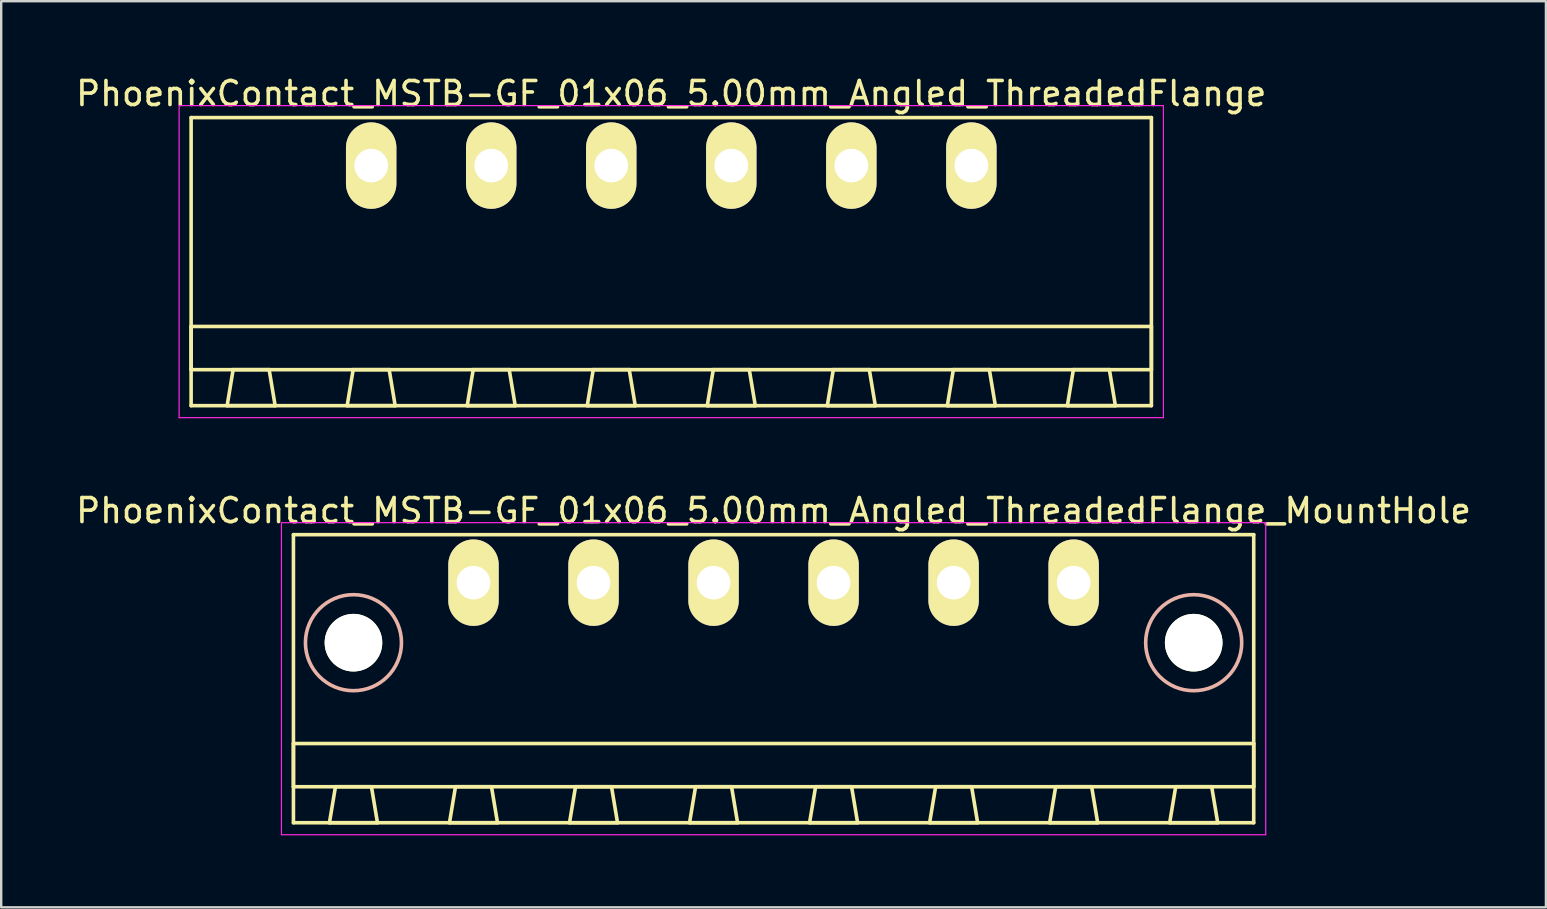
<source format=kicad_pcb>
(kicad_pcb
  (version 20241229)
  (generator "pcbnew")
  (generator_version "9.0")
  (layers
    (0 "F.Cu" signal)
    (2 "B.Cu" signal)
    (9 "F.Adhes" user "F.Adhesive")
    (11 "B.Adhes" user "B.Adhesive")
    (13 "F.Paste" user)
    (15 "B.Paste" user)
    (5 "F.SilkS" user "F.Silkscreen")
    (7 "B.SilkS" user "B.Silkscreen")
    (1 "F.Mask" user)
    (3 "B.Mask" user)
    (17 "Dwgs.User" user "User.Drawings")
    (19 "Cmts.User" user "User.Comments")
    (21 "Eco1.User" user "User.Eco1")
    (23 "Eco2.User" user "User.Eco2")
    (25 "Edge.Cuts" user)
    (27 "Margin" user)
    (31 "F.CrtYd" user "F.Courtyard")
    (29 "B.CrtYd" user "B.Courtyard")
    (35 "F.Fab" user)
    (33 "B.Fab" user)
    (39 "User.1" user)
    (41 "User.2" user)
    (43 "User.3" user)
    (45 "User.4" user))
  (footprint "PhoenixContact_MSTB-GF_01x06_5.00mm_Angled_ThreadedFlange_MountHole"
    (layer "F.Cu")
    (at 16.673 21.221)
    (property "Reference" "PhoenixContact_MSTB-GF_01x06_5.00mm_Angled_ThreadedFlange_MountHole" (at 12.5 -3 0) (layer "F.SilkS") (effects (font (size 1 1) (thickness 0.15))))
    (attr through_hole)
    (fp_line (start -7.5 -2) (end -7.5 10) (stroke (width 0.15) (type solid)) (layer "F.SilkS"))
    (fp_line (start -7.5 6.7) (end 32.5 6.7) (stroke (width 0.15) (type solid)) (layer "F.SilkS"))
    (fp_line (start -7.5 8.5) (end -7.5 6.7) (stroke (width 0.15) (type solid)) (layer "F.SilkS"))
    (fp_line (start -7.5 10) (end 32.5 10) (stroke (width 0.15) (type solid)) (layer "F.SilkS"))
    (fp_line (start -6 10) (end -4 10) (stroke (width 0.15) (type solid)) (layer "F.SilkS"))
    (fp_line (start -5.75 8.5) (end -6 10) (stroke (width 0.15) (type solid)) (layer "F.SilkS"))
    (fp_line (start -4.25 8.5) (end -5.75 8.5) (stroke (width 0.15) (type solid)) (layer "F.SilkS"))
    (fp_line (start -4 10) (end -4.25 8.5) (stroke (width 0.15) (type solid)) (layer "F.SilkS"))
    (fp_line (start -1 10) (end 1 10) (stroke (width 0.15) (type solid)) (layer "F.SilkS"))
    (fp_line (start -0.75 8.5) (end -1 10) (stroke (width 0.15) (type solid)) (layer "F.SilkS"))
    (fp_line (start 0.75 8.5) (end -0.75 8.5) (stroke (width 0.15) (type solid)) (layer "F.SilkS"))
    (fp_line (start 1 10) (end 0.75 8.5) (stroke (width 0.15) (type solid)) (layer "F.SilkS"))
    (fp_line (start 4 10) (end 6 10) (stroke (width 0.15) (type solid)) (layer "F.SilkS"))
    (fp_line (start 4.25 8.5) (end 4 10) (stroke (width 0.15) (type solid)) (layer "F.SilkS"))
    (fp_line (start 5.75 8.5) (end 4.25 8.5) (stroke (width 0.15) (type solid)) (layer "F.SilkS"))
    (fp_line (start 6 10) (end 5.75 8.5) (stroke (width 0.15) (type solid)) (layer "F.SilkS"))
    (fp_line (start 9 10) (end 11 10) (stroke (width 0.15) (type solid)) (layer "F.SilkS"))
    (fp_line (start 9.25 8.5) (end 9 10) (stroke (width 0.15) (type solid)) (layer "F.SilkS"))
    (fp_line (start 10.75 8.5) (end 9.25 8.5) (stroke (width 0.15) (type solid)) (layer "F.SilkS"))
    (fp_line (start 11 10) (end 10.75 8.5) (stroke (width 0.15) (type solid)) (layer "F.SilkS"))
    (fp_line (start 14 10) (end 16 10) (stroke (width 0.15) (type solid)) (layer "F.SilkS"))
    (fp_line (start 14.25 8.5) (end 14 10) (stroke (width 0.15) (type solid)) (layer "F.SilkS"))
    (fp_line (start 15.75 8.5) (end 14.25 8.5) (stroke (width 0.15) (type solid)) (layer "F.SilkS"))
    (fp_line (start 16 10) (end 15.75 8.5) (stroke (width 0.15) (type solid)) (layer "F.SilkS"))
    (fp_line (start 19 10) (end 21 10) (stroke (width 0.15) (type solid)) (layer "F.SilkS"))
    (fp_line (start 19.25 8.5) (end 19 10) (stroke (width 0.15) (type solid)) (layer "F.SilkS"))
    (fp_line (start 20.75 8.5) (end 19.25 8.5) (stroke (width 0.15) (type solid)) (layer "F.SilkS"))
    (fp_line (start 21 10) (end 20.75 8.5) (stroke (width 0.15) (type solid)) (layer "F.SilkS"))
    (fp_line (start 24 10) (end 26 10) (stroke (width 0.15) (type solid)) (layer "F.SilkS"))
    (fp_line (start 24.25 8.5) (end 24 10) (stroke (width 0.15) (type solid)) (layer "F.SilkS"))
    (fp_line (start 25.75 8.5) (end 24.25 8.5) (stroke (width 0.15) (type solid)) (layer "F.SilkS"))
    (fp_line (start 26 10) (end 25.75 8.5) (stroke (width 0.15) (type solid)) (layer "F.SilkS"))
    (fp_line (start 29 10) (end 31 10) (stroke (width 0.15) (type solid)) (layer "F.SilkS"))
    (fp_line (start 29.25 8.5) (end 29 10) (stroke (width 0.15) (type solid)) (layer "F.SilkS"))
    (fp_line (start 30.75 8.5) (end 29.25 8.5) (stroke (width 0.15) (type solid)) (layer "F.SilkS"))
    (fp_line (start 31 10) (end 30.75 8.5) (stroke (width 0.15) (type solid)) (layer "F.SilkS"))
    (fp_line (start 32.5 -2) (end -7.5 -2) (stroke (width 0.15) (type solid)) (layer "F.SilkS"))
    (fp_line (start 32.5 6.7) (end 32.5 8.5) (stroke (width 0.15) (type solid)) (layer "F.SilkS"))
    (fp_line (start 32.5 8.5) (end -7.5 8.5) (stroke (width 0.15) (type solid)) (layer "F.SilkS"))
    (fp_line (start 32.5 10) (end 32.5 -2) (stroke (width 0.15) (type solid)) (layer "F.SilkS"))
    (fp_circle (center -5 2.5) (end -3 2.5) (stroke (width 0.15) (type solid)) (fill no) (layer "B.SilkS"))
    (fp_circle (center 30 2.5) (end 32 2.5) (stroke (width 0.15) (type solid)) (fill no) (layer "B.SilkS"))
    (fp_line (start -8 -2.5) (end -8 10.5) (stroke (width 0.05) (type solid)) (layer "F.CrtYd"))
    (fp_line (start -8 10.5) (end 33 10.5) (stroke (width 0.05) (type solid)) (layer "F.CrtYd"))
    (fp_line (start 33 -2.5) (end -8 -2.5) (stroke (width 0.05) (type solid)) (layer "F.CrtYd"))
    (fp_line (start 33 10.5) (end 33 -2.5) (stroke (width 0.05) (type solid)) (layer "F.CrtYd"))
    (pad "" np_thru_hole circle (at -5 2.5) (size 2.4 2.4) (drill 2.4) (layers "*.Cu" "*.Mask" "F.SilkS"))
    (pad "" np_thru_hole circle (at 30 2.5) (size 2.4 2.4) (drill 2.4) (layers "*.Cu" "*.Mask" "F.SilkS"))
    (pad "1" thru_hole oval (at 0 0) (size 2.1 3.6) (drill 1.4) (layers "*.Cu" "*.Mask" "F.SilkS"))
    (pad "2" thru_hole oval (at 5 0) (size 2.1 3.6) (drill 1.4) (layers "*.Cu" "*.Mask" "F.SilkS"))
    (pad "3" thru_hole oval (at 10 0) (size 2.1 3.6) (drill 1.4) (layers "*.Cu" "*.Mask" "F.SilkS"))
    (pad "4" thru_hole oval (at 15 0) (size 2.1 3.6) (drill 1.4) (layers "*.Cu" "*.Mask" "F.SilkS"))
    (pad "5" thru_hole oval (at 20 0) (size 2.1 3.6) (drill 1.4) (layers "*.Cu" "*.Mask" "F.SilkS"))
    (pad "6" thru_hole oval (at 25 0) (size 2.1 3.6) (drill 1.4) (layers "*.Cu" "*.Mask" "F.SilkS")))
  (footprint "PhoenixContact_MSTB-GF_01x06_5.00mm_Angled_ThreadedFlange"
    (layer "F.Cu")
    (at 12.411 3.848)
    (property "Reference" "PhoenixContact_MSTB-GF_01x06_5.00mm_Angled_ThreadedFlange" (at 12.5 -3 0) (layer "F.SilkS") (effects (font (size 1 1) (thickness 0.15))))
    (attr through_hole)
    (fp_line (start -7.5 -2) (end -7.5 10) (stroke (width 0.15) (type solid)) (layer "F.SilkS"))
    (fp_line (start -7.5 6.7) (end 32.5 6.7) (stroke (width 0.15) (type solid)) (layer "F.SilkS"))
    (fp_line (start -7.5 8.5) (end -7.5 6.7) (stroke (width 0.15) (type solid)) (layer "F.SilkS"))
    (fp_line (start -7.5 10) (end 32.5 10) (stroke (width 0.15) (type solid)) (layer "F.SilkS"))
    (fp_line (start -6 10) (end -4 10) (stroke (width 0.15) (type solid)) (layer "F.SilkS"))
    (fp_line (start -5.75 8.5) (end -6 10) (stroke (width 0.15) (type solid)) (layer "F.SilkS"))
    (fp_line (start -4.25 8.5) (end -5.75 8.5) (stroke (width 0.15) (type solid)) (layer "F.SilkS"))
    (fp_line (start -4 10) (end -4.25 8.5) (stroke (width 0.15) (type solid)) (layer "F.SilkS"))
    (fp_line (start -1 10) (end 1 10) (stroke (width 0.15) (type solid)) (layer "F.SilkS"))
    (fp_line (start -0.75 8.5) (end -1 10) (stroke (width 0.15) (type solid)) (layer "F.SilkS"))
    (fp_line (start 0.75 8.5) (end -0.75 8.5) (stroke (width 0.15) (type solid)) (layer "F.SilkS"))
    (fp_line (start 1 10) (end 0.75 8.5) (stroke (width 0.15) (type solid)) (layer "F.SilkS"))
    (fp_line (start 4 10) (end 6 10) (stroke (width 0.15) (type solid)) (layer "F.SilkS"))
    (fp_line (start 4.25 8.5) (end 4 10) (stroke (width 0.15) (type solid)) (layer "F.SilkS"))
    (fp_line (start 5.75 8.5) (end 4.25 8.5) (stroke (width 0.15) (type solid)) (layer "F.SilkS"))
    (fp_line (start 6 10) (end 5.75 8.5) (stroke (width 0.15) (type solid)) (layer "F.SilkS"))
    (fp_line (start 9 10) (end 11 10) (stroke (width 0.15) (type solid)) (layer "F.SilkS"))
    (fp_line (start 9.25 8.5) (end 9 10) (stroke (width 0.15) (type solid)) (layer "F.SilkS"))
    (fp_line (start 10.75 8.5) (end 9.25 8.5) (stroke (width 0.15) (type solid)) (layer "F.SilkS"))
    (fp_line (start 11 10) (end 10.75 8.5) (stroke (width 0.15) (type solid)) (layer "F.SilkS"))
    (fp_line (start 14 10) (end 16 10) (stroke (width 0.15) (type solid)) (layer "F.SilkS"))
    (fp_line (start 14.25 8.5) (end 14 10) (stroke (width 0.15) (type solid)) (layer "F.SilkS"))
    (fp_line (start 15.75 8.5) (end 14.25 8.5) (stroke (width 0.15) (type solid)) (layer "F.SilkS"))
    (fp_line (start 16 10) (end 15.75 8.5) (stroke (width 0.15) (type solid)) (layer "F.SilkS"))
    (fp_line (start 19 10) (end 21 10) (stroke (width 0.15) (type solid)) (layer "F.SilkS"))
    (fp_line (start 19.25 8.5) (end 19 10) (stroke (width 0.15) (type solid)) (layer "F.SilkS"))
    (fp_line (start 20.75 8.5) (end 19.25 8.5) (stroke (width 0.15) (type solid)) (layer "F.SilkS"))
    (fp_line (start 21 10) (end 20.75 8.5) (stroke (width 0.15) (type solid)) (layer "F.SilkS"))
    (fp_line (start 24 10) (end 26 10) (stroke (width 0.15) (type solid)) (layer "F.SilkS"))
    (fp_line (start 24.25 8.5) (end 24 10) (stroke (width 0.15) (type solid)) (layer "F.SilkS"))
    (fp_line (start 25.75 8.5) (end 24.25 8.5) (stroke (width 0.15) (type solid)) (layer "F.SilkS"))
    (fp_line (start 26 10) (end 25.75 8.5) (stroke (width 0.15) (type solid)) (layer "F.SilkS"))
    (fp_line (start 29 10) (end 31 10) (stroke (width 0.15) (type solid)) (layer "F.SilkS"))
    (fp_line (start 29.25 8.5) (end 29 10) (stroke (width 0.15) (type solid)) (layer "F.SilkS"))
    (fp_line (start 30.75 8.5) (end 29.25 8.5) (stroke (width 0.15) (type solid)) (layer "F.SilkS"))
    (fp_line (start 31 10) (end 30.75 8.5) (stroke (width 0.15) (type solid)) (layer "F.SilkS"))
    (fp_line (start 32.5 -2) (end -7.5 -2) (stroke (width 0.15) (type solid)) (layer "F.SilkS"))
    (fp_line (start 32.5 6.7) (end 32.5 8.5) (stroke (width 0.15) (type solid)) (layer "F.SilkS"))
    (fp_line (start 32.5 8.5) (end -7.5 8.5) (stroke (width 0.15) (type solid)) (layer "F.SilkS"))
    (fp_line (start 32.5 10) (end 32.5 -2) (stroke (width 0.15) (type solid)) (layer "F.SilkS"))
    (fp_line (start -8 -2.5) (end -8 10.5) (stroke (width 0.05) (type solid)) (layer "F.CrtYd"))
    (fp_line (start -8 10.5) (end 33 10.5) (stroke (width 0.05) (type solid)) (layer "F.CrtYd"))
    (fp_line (start 33 -2.5) (end -8 -2.5) (stroke (width 0.05) (type solid)) (layer "F.CrtYd"))
    (fp_line (start 33 10.5) (end 33 -2.5) (stroke (width 0.05) (type solid)) (layer "F.CrtYd"))
    (pad "1" thru_hole oval (at 0 0) (size 2.1 3.6) (drill 1.4) (layers "*.Cu" "*.Mask" "F.SilkS"))
    (pad "2" thru_hole oval (at 5 0) (size 2.1 3.6) (drill 1.4) (layers "*.Cu" "*.Mask" "F.SilkS"))
    (pad "3" thru_hole oval (at 10 0) (size 2.1 3.6) (drill 1.4) (layers "*.Cu" "*.Mask" "F.SilkS"))
    (pad "4" thru_hole oval (at 15 0) (size 2.1 3.6) (drill 1.4) (layers "*.Cu" "*.Mask" "F.SilkS"))
    (pad "5" thru_hole oval (at 20 0) (size 2.1 3.6) (drill 1.4) (layers "*.Cu" "*.Mask" "F.SilkS"))
    (pad "6" thru_hole oval (at 25 0) (size 2.1 3.6) (drill 1.4) (layers "*.Cu" "*.Mask" "F.SilkS")))
  (gr_rect
    (start -3 -3)
    (end 61.345 34.746)
    (stroke (width 0.1) (type default))
    (fill no)
    (layer "Edge.Cuts")))
</source>
